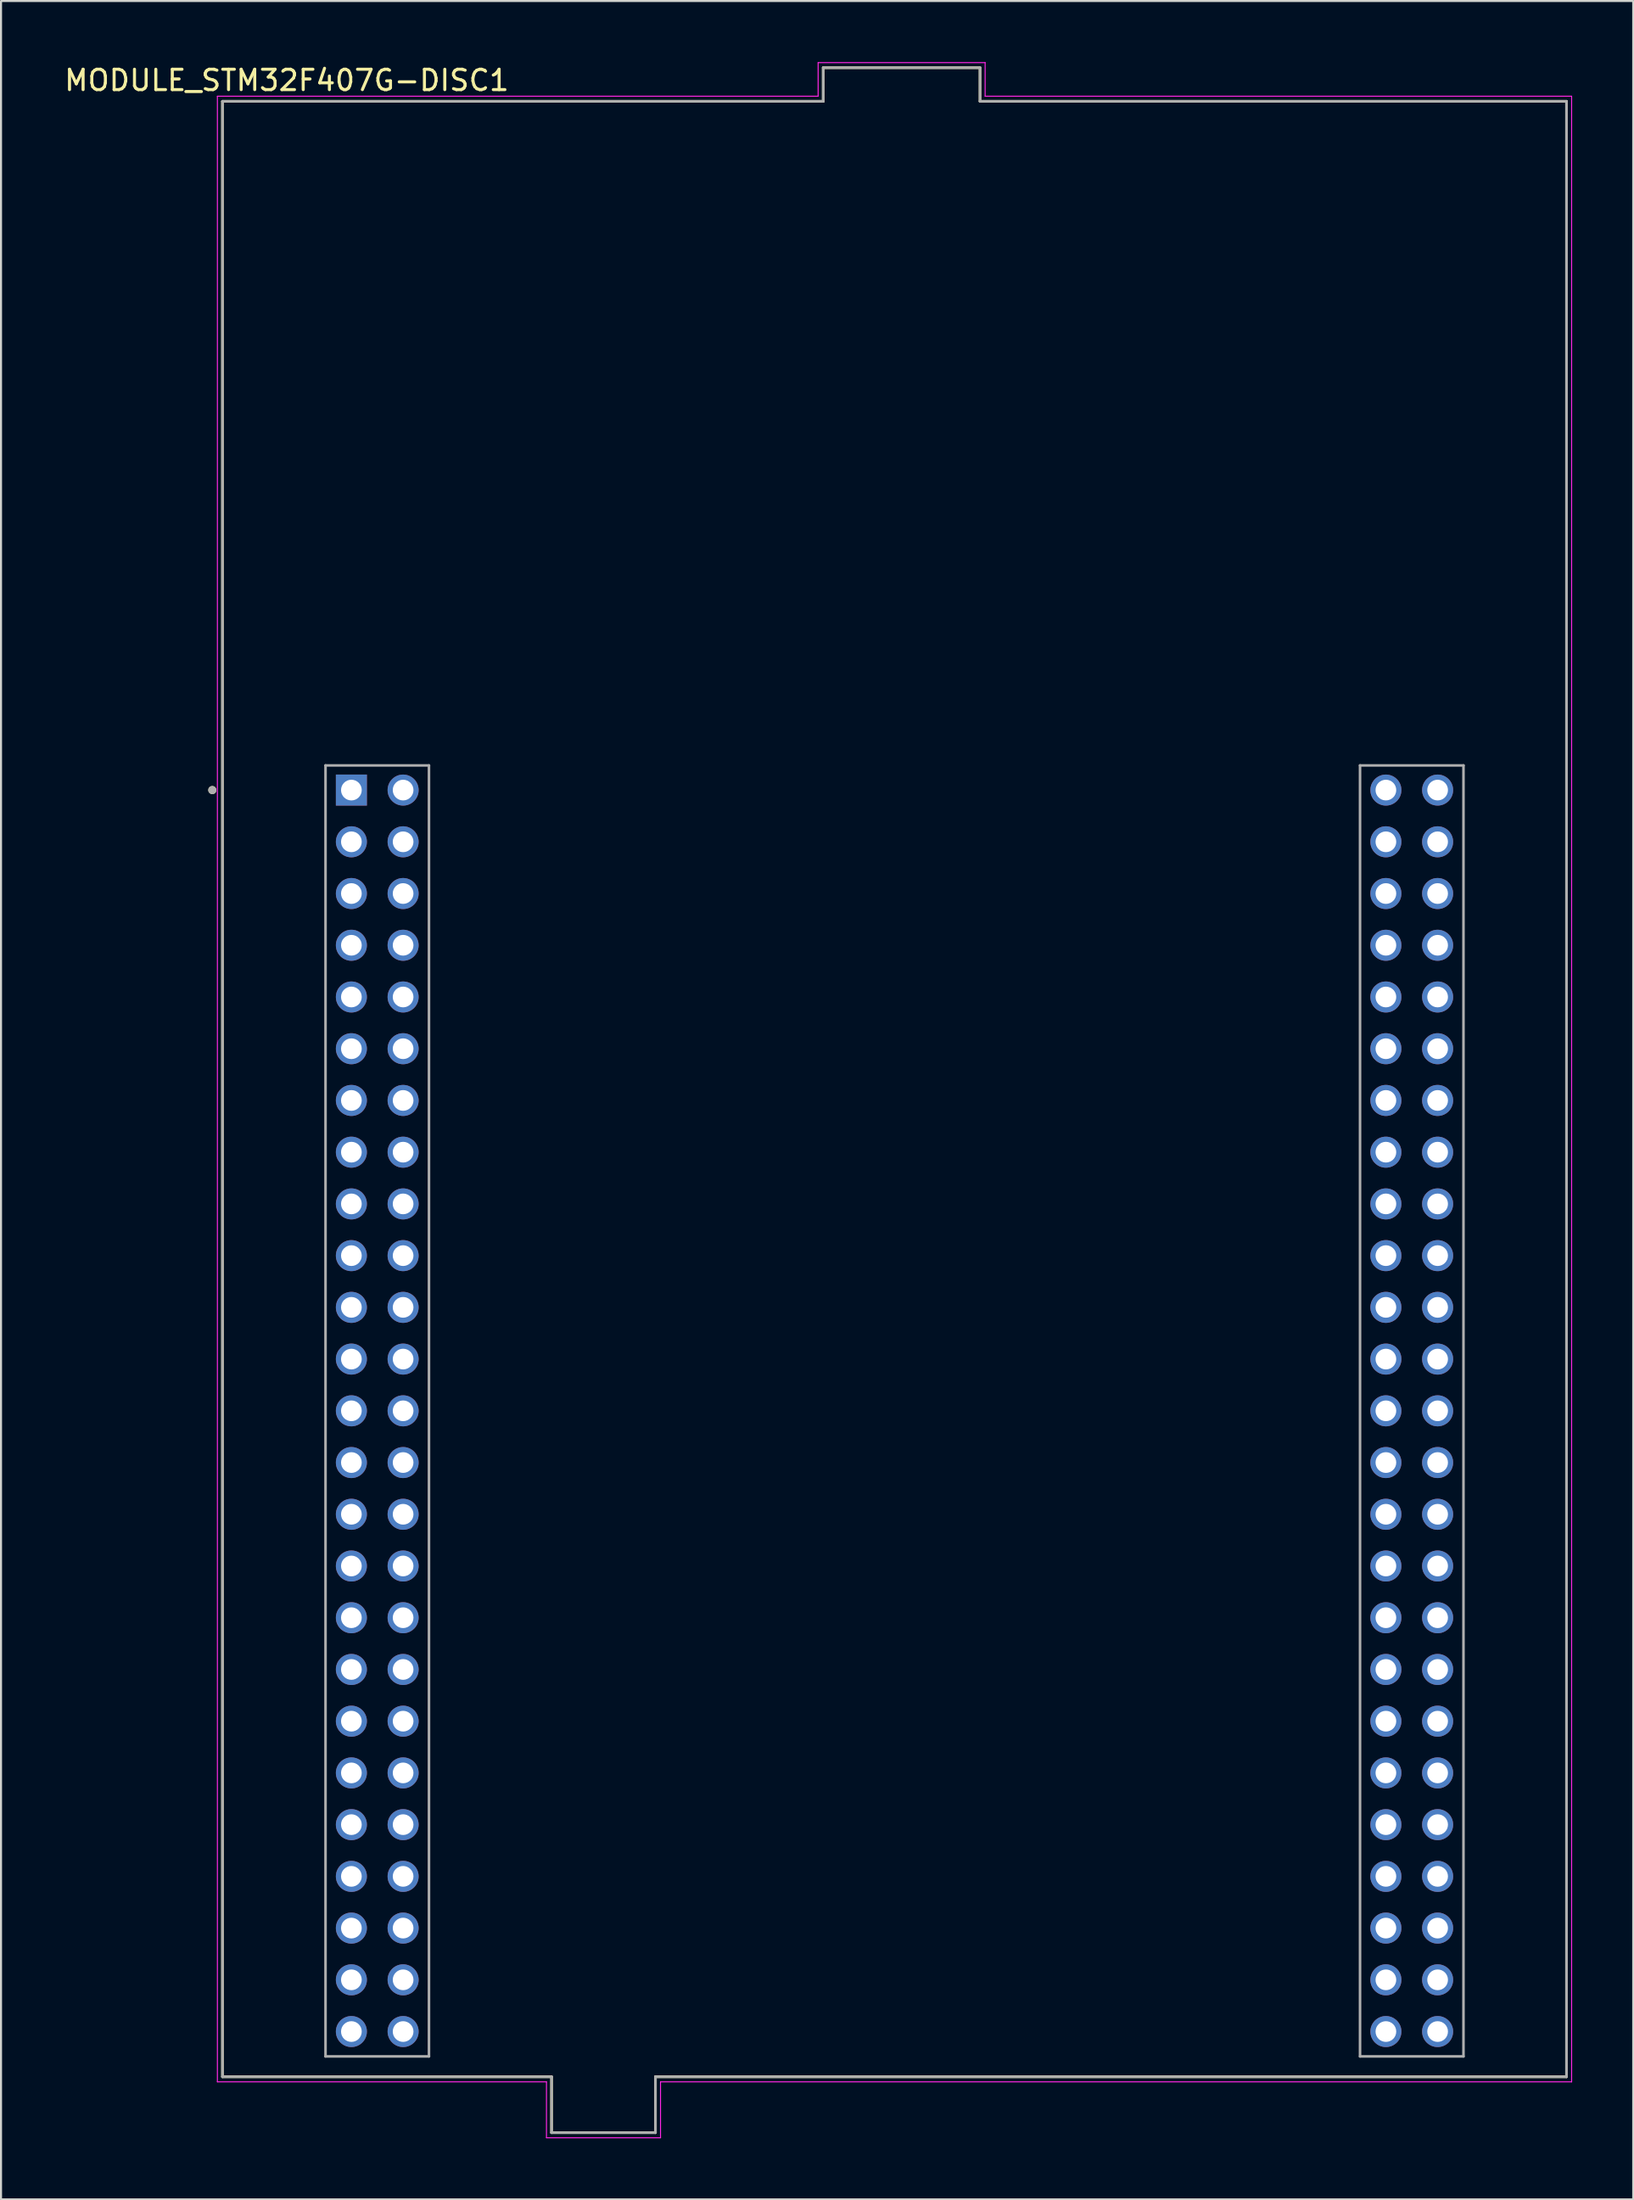
<source format=kicad_pcb>
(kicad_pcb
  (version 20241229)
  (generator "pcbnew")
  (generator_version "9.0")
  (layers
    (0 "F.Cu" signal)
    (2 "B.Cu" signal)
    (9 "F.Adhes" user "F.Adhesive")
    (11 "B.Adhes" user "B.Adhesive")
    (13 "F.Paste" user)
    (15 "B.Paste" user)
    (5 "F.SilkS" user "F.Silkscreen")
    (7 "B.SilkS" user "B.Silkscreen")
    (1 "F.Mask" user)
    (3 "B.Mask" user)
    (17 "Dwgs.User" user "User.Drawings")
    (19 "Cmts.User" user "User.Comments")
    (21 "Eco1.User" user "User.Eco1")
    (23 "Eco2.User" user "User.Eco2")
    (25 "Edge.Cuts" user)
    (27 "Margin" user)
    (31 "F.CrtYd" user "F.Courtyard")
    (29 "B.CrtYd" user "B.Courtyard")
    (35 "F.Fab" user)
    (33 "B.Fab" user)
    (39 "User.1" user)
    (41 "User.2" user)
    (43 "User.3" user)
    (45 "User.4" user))
  (footprint "MODULE_STM32F407G-DISC1"
    (layer "F.Cu")
    (at 40.875 50.425)
    (property "Reference" "MODULE_STM32F407G-DISC1" (at -29.845 -49.53 0) (layer "F.SilkS") (effects (font (size 1 1) (thickness 0.15))))
    (attr through_hole)
    (fp_line (start -33 -48.5) (end -3.5 -48.5) (stroke (width 0.127) (type solid)) (layer "F.SilkS"))
    (fp_line (start -33 48.5) (end -33 -48.5) (stroke (width 0.127) (type solid)) (layer "F.SilkS"))
    (fp_line (start -33 48.5) (end -16.84 48.5) (stroke (width 0.127) (type solid)) (layer "F.SilkS"))
    (fp_line (start -16.84 48.5) (end -16.84 51.245) (stroke (width 0.127) (type solid)) (layer "F.SilkS"))
    (fp_line (start -16.84 51.245) (end -11.74 51.245) (stroke (width 0.127) (type solid)) (layer "F.SilkS"))
    (fp_line (start -11.74 48.5) (end -11.74 51.245) (stroke (width 0.127) (type solid)) (layer "F.SilkS"))
    (fp_line (start -11.74 48.5) (end 33 48.5) (stroke (width 0.127) (type solid)) (layer "F.SilkS"))
    (fp_line (start -3.5 -50.15) (end 4.2 -50.15) (stroke (width 0.127) (type solid)) (layer "F.SilkS"))
    (fp_line (start -3.5 -48.5) (end -3.5 -50.15) (stroke (width 0.127) (type solid)) (layer "F.SilkS"))
    (fp_line (start 4.2 -48.5) (end 4.2 -50.15) (stroke (width 0.127) (type solid)) (layer "F.SilkS"))
    (fp_line (start 4.2 -48.5) (end 33 -48.5) (stroke (width 0.127) (type solid)) (layer "F.SilkS"))
    (fp_line (start 33 48.5) (end 33 -48.5) (stroke (width 0.127) (type solid)) (layer "F.SilkS"))
    (fp_circle (center -33.5 -14.68) (end -33.4 -14.68) (stroke (width 0.2) (type solid)) (fill no) (layer "F.SilkS"))
    (fp_line (start -33.25 -48.75) (end -33.25 48.75) (stroke (width 0.05) (type solid)) (layer "F.CrtYd"))
    (fp_line (start -33.25 48.75) (end -17.09 48.75) (stroke (width 0.05) (type solid)) (layer "F.CrtYd"))
    (fp_line (start -17.09 48.75) (end -17.09 51.495) (stroke (width 0.05) (type solid)) (layer "F.CrtYd"))
    (fp_line (start -17.09 51.495) (end -11.49 51.495) (stroke (width 0.05) (type solid)) (layer "F.CrtYd"))
    (fp_line (start -11.49 48.75) (end 33.25 48.75) (stroke (width 0.05) (type solid)) (layer "F.CrtYd"))
    (fp_line (start -11.49 51.495) (end -11.49 48.75) (stroke (width 0.05) (type solid)) (layer "F.CrtYd"))
    (fp_line (start -3.75 -50.4) (end -3.75 -48.75) (stroke (width 0.05) (type solid)) (layer "F.CrtYd"))
    (fp_line (start -3.75 -48.75) (end -33.25 -48.75) (stroke (width 0.05) (type solid)) (layer "F.CrtYd"))
    (fp_line (start 4.45 -50.4) (end -3.75 -50.4) (stroke (width 0.05) (type solid)) (layer "F.CrtYd"))
    (fp_line (start 4.45 -48.75) (end 4.45 -50.4) (stroke (width 0.05) (type solid)) (layer "F.CrtYd"))
    (fp_line (start 33.25 -48.75) (end 4.45 -48.75) (stroke (width 0.05) (type solid)) (layer "F.CrtYd"))
    (fp_line (start 33.25 48.75) (end 33.25 -48.75) (stroke (width 0.05) (type solid)) (layer "F.CrtYd"))
    (fp_line (start -33 -48.5) (end -3.5 -48.5) (stroke (width 0.127) (type solid)) (layer "F.Fab"))
    (fp_line (start -33 48.5) (end -33 -48.5) (stroke (width 0.127) (type solid)) (layer "F.Fab"))
    (fp_line (start -33 48.5) (end -16.84 48.5) (stroke (width 0.127) (type solid)) (layer "F.Fab"))
    (fp_line (start -27.94 -15.89) (end -22.86 -15.89) (stroke (width 0.127) (type solid)) (layer "F.Fab"))
    (fp_line (start -27.94 47.5) (end -27.94 -15.89) (stroke (width 0.127) (type solid)) (layer "F.Fab"))
    (fp_line (start -22.86 -15.89) (end -22.86 47.5) (stroke (width 0.127) (type solid)) (layer "F.Fab"))
    (fp_line (start -22.86 47.5) (end -27.94 47.5) (stroke (width 0.127) (type solid)) (layer "F.Fab"))
    (fp_line (start -16.84 48.5) (end -16.84 51.245) (stroke (width 0.127) (type solid)) (layer "F.Fab"))
    (fp_line (start -16.84 51.245) (end -11.74 51.245) (stroke (width 0.127) (type solid)) (layer "F.Fab"))
    (fp_line (start -11.74 48.5) (end -11.74 51.245) (stroke (width 0.127) (type solid)) (layer "F.Fab"))
    (fp_line (start -11.74 48.5) (end 33 48.5) (stroke (width 0.127) (type solid)) (layer "F.Fab"))
    (fp_line (start -3.5 -50.15) (end 4.2 -50.15) (stroke (width 0.127) (type solid)) (layer "F.Fab"))
    (fp_line (start -3.5 -48.5) (end -3.5 -50.15) (stroke (width 0.127) (type solid)) (layer "F.Fab"))
    (fp_line (start 4.2 -48.5) (end 4.2 -50.15) (stroke (width 0.127) (type solid)) (layer "F.Fab"))
    (fp_line (start 4.2 -48.5) (end 33 -48.5) (stroke (width 0.127) (type solid)) (layer "F.Fab"))
    (fp_line (start 22.86 -15.89) (end 22.86 47.5) (stroke (width 0.127) (type solid)) (layer "F.Fab"))
    (fp_line (start 22.86 47.5) (end 27.94 47.5) (stroke (width 0.127) (type solid)) (layer "F.Fab"))
    (fp_line (start 27.94 -15.89) (end 22.86 -15.89) (stroke (width 0.127) (type solid)) (layer "F.Fab"))
    (fp_line (start 27.94 47.5) (end 27.94 -15.89) (stroke (width 0.127) (type solid)) (layer "F.Fab"))
    (fp_line (start 33 48.5) (end 33 -48.5) (stroke (width 0.127) (type solid)) (layer "F.Fab"))
    (fp_circle (center -33.5 -14.68) (end -33.4 -14.68) (stroke (width 0.2) (type solid)) (fill no) (layer "F.Fab"))
    (pad "P1_1" thru_hole rect (at -26.67 -14.68) (size 1.524 1.524) (drill 1.016) (layers "*.Cu" "*.Mask"))
    (pad "P1_2" thru_hole circle (at -24.13 -14.68) (size 1.524 1.524) (drill 1.016) (layers "*.Cu" "*.Mask"))
    (pad "P1_3" thru_hole circle (at -26.67 -12.14) (size 1.524 1.524) (drill 1.016) (layers "*.Cu" "*.Mask"))
    (pad "P1_4" thru_hole circle (at -24.13 -12.14) (size 1.524 1.524) (drill 1.016) (layers "*.Cu" "*.Mask"))
    (pad "P1_5" thru_hole circle (at -26.67 -9.6) (size 1.524 1.524) (drill 1.016) (layers "*.Cu" "*.Mask"))
    (pad "P1_6" thru_hole circle (at -24.13 -9.6) (size 1.524 1.524) (drill 1.016) (layers "*.Cu" "*.Mask"))
    (pad "P1_7" thru_hole circle (at -26.67 -7.06) (size 1.524 1.524) (drill 1.016) (layers "*.Cu" "*.Mask"))
    (pad "P1_8" thru_hole circle (at -24.13 -7.06) (size 1.524 1.524) (drill 1.016) (layers "*.Cu" "*.Mask"))
    (pad "P1_9" thru_hole circle (at -26.67 -4.52) (size 1.524 1.524) (drill 1.016) (layers "*.Cu" "*.Mask"))
    (pad "P1_10" thru_hole circle (at -24.13 -4.52) (size 1.524 1.524) (drill 1.016) (layers "*.Cu" "*.Mask"))
    (pad "P1_11" thru_hole circle (at -26.67 -1.98) (size 1.524 1.524) (drill 1.016) (layers "*.Cu" "*.Mask"))
    (pad "P1_12" thru_hole circle (at -24.13 -1.98) (size 1.524 1.524) (drill 1.016) (layers "*.Cu" "*.Mask"))
    (pad "P1_13" thru_hole circle (at -26.67 0.56) (size 1.524 1.524) (drill 1.016) (layers "*.Cu" "*.Mask"))
    (pad "P1_14" thru_hole circle (at -24.13 0.56) (size 1.524 1.524) (drill 1.016) (layers "*.Cu" "*.Mask"))
    (pad "P1_15" thru_hole circle (at -26.67 3.1) (size 1.524 1.524) (drill 1.016) (layers "*.Cu" "*.Mask"))
    (pad "P1_16" thru_hole circle (at -24.13 3.1) (size 1.524 1.524) (drill 1.016) (layers "*.Cu" "*.Mask"))
    (pad "P1_17" thru_hole circle (at -26.67 5.64) (size 1.524 1.524) (drill 1.016) (layers "*.Cu" "*.Mask"))
    (pad "P1_18" thru_hole circle (at -24.13 5.64) (size 1.524 1.524) (drill 1.016) (layers "*.Cu" "*.Mask"))
    (pad "P1_19" thru_hole circle (at -26.67 8.18) (size 1.524 1.524) (drill 1.016) (layers "*.Cu" "*.Mask"))
    (pad "P1_20" thru_hole circle (at -24.13 8.18) (size 1.524 1.524) (drill 1.016) (layers "*.Cu" "*.Mask"))
    (pad "P1_21" thru_hole circle (at -26.67 10.72) (size 1.524 1.524) (drill 1.016) (layers "*.Cu" "*.Mask"))
    (pad "P1_22" thru_hole circle (at -24.13 10.72) (size 1.524 1.524) (drill 1.016) (layers "*.Cu" "*.Mask"))
    (pad "P1_23" thru_hole circle (at -26.67 13.26) (size 1.524 1.524) (drill 1.016) (layers "*.Cu" "*.Mask"))
    (pad "P1_24" thru_hole circle (at -24.13 13.26) (size 1.524 1.524) (drill 1.016) (layers "*.Cu" "*.Mask"))
    (pad "P1_25" thru_hole circle (at -26.67 15.8) (size 1.524 1.524) (drill 1.016) (layers "*.Cu" "*.Mask"))
    (pad "P1_26" thru_hole circle (at -24.13 15.8) (size 1.524 1.524) (drill 1.016) (layers "*.Cu" "*.Mask"))
    (pad "P1_27" thru_hole circle (at -26.67 18.34) (size 1.524 1.524) (drill 1.016) (layers "*.Cu" "*.Mask"))
    (pad "P1_28" thru_hole circle (at -24.13 18.34) (size 1.524 1.524) (drill 1.016) (layers "*.Cu" "*.Mask"))
    (pad "P1_29" thru_hole circle (at -26.67 20.88) (size 1.524 1.524) (drill 1.016) (layers "*.Cu" "*.Mask"))
    (pad "P1_30" thru_hole circle (at -24.13 20.88) (size 1.524 1.524) (drill 1.016) (layers "*.Cu" "*.Mask"))
    (pad "P1_31" thru_hole circle (at -26.67 23.42) (size 1.524 1.524) (drill 1.016) (layers "*.Cu" "*.Mask"))
    (pad "P1_32" thru_hole circle (at -24.13 23.42) (size 1.524 1.524) (drill 1.016) (layers "*.Cu" "*.Mask"))
    (pad "P1_33" thru_hole circle (at -26.67 25.96) (size 1.524 1.524) (drill 1.016) (layers "*.Cu" "*.Mask"))
    (pad "P1_34" thru_hole circle (at -24.13 25.96) (size 1.524 1.524) (drill 1.016) (layers "*.Cu" "*.Mask"))
    (pad "P1_35" thru_hole circle (at -26.67 28.5) (size 1.524 1.524) (drill 1.016) (layers "*.Cu" "*.Mask"))
    (pad "P1_36" thru_hole circle (at -24.13 28.5) (size 1.524 1.524) (drill 1.016) (layers "*.Cu" "*.Mask"))
    (pad "P1_37" thru_hole circle (at -26.67 31.04) (size 1.524 1.524) (drill 1.016) (layers "*.Cu" "*.Mask"))
    (pad "P1_38" thru_hole circle (at -24.13 31.04) (size 1.524 1.524) (drill 1.016) (layers "*.Cu" "*.Mask"))
    (pad "P1_39" thru_hole circle (at -26.67 33.58) (size 1.524 1.524) (drill 1.016) (layers "*.Cu" "*.Mask"))
    (pad "P1_40" thru_hole circle (at -24.13 33.58) (size 1.524 1.524) (drill 1.016) (layers "*.Cu" "*.Mask"))
    (pad "P1_41" thru_hole circle (at -26.67 36.12) (size 1.524 1.524) (drill 1.016) (layers "*.Cu" "*.Mask"))
    (pad "P1_42" thru_hole circle (at -24.13 36.12) (size 1.524 1.524) (drill 1.016) (layers "*.Cu" "*.Mask"))
    (pad "P1_43" thru_hole circle (at -26.67 38.66) (size 1.524 1.524) (drill 1.016) (layers "*.Cu" "*.Mask"))
    (pad "P1_44" thru_hole circle (at -24.13 38.66) (size 1.524 1.524) (drill 1.016) (layers "*.Cu" "*.Mask"))
    (pad "P1_45" thru_hole circle (at -26.67 41.2) (size 1.524 1.524) (drill 1.016) (layers "*.Cu" "*.Mask"))
    (pad "P1_46" thru_hole circle (at -24.13 41.2) (size 1.524 1.524) (drill 1.016) (layers "*.Cu" "*.Mask"))
    (pad "P1_47" thru_hole circle (at -26.67 43.74) (size 1.524 1.524) (drill 1.016) (layers "*.Cu" "*.Mask"))
    (pad "P1_48" thru_hole circle (at -24.13 43.74) (size 1.524 1.524) (drill 1.016) (layers "*.Cu" "*.Mask"))
    (pad "P1_49" thru_hole circle (at -26.67 46.28) (size 1.524 1.524) (drill 1.016) (layers "*.Cu" "*.Mask"))
    (pad "P1_50" thru_hole circle (at -24.13 46.28) (size 1.524 1.524) (drill 1.016) (layers "*.Cu" "*.Mask"))
    (pad "P2_1" thru_hole circle (at 24.13 -14.68) (size 1.524 1.524) (drill 1.016) (layers "*.Cu" "*.Mask"))
    (pad "P2_2" thru_hole circle (at 26.67 -14.68) (size 1.524 1.524) (drill 1.016) (layers "*.Cu" "*.Mask"))
    (pad "P2_3" thru_hole circle (at 24.13 -12.14) (size 1.524 1.524) (drill 1.016) (layers "*.Cu" "*.Mask"))
    (pad "P2_4" thru_hole circle (at 26.67 -12.14) (size 1.524 1.524) (drill 1.016) (layers "*.Cu" "*.Mask"))
    (pad "P2_5" thru_hole circle (at 24.13 -9.6) (size 1.524 1.524) (drill 1.016) (layers "*.Cu" "*.Mask"))
    (pad "P2_6" thru_hole circle (at 26.67 -9.6) (size 1.524 1.524) (drill 1.016) (layers "*.Cu" "*.Mask"))
    (pad "P2_7" thru_hole circle (at 24.13 -7.06) (size 1.524 1.524) (drill 1.016) (layers "*.Cu" "*.Mask"))
    (pad "P2_8" thru_hole circle (at 26.67 -7.06) (size 1.524 1.524) (drill 1.016) (layers "*.Cu" "*.Mask"))
    (pad "P2_9" thru_hole circle (at 24.13 -4.52) (size 1.524 1.524) (drill 1.016) (layers "*.Cu" "*.Mask"))
    (pad "P2_10" thru_hole circle (at 26.67 -4.52) (size 1.524 1.524) (drill 1.016) (layers "*.Cu" "*.Mask"))
    (pad "P2_11" thru_hole circle (at 24.13 -1.98) (size 1.524 1.524) (drill 1.016) (layers "*.Cu" "*.Mask"))
    (pad "P2_12" thru_hole circle (at 26.67 -1.98) (size 1.524 1.524) (drill 1.016) (layers "*.Cu" "*.Mask"))
    (pad "P2_13" thru_hole circle (at 24.13 0.56) (size 1.524 1.524) (drill 1.016) (layers "*.Cu" "*.Mask"))
    (pad "P2_14" thru_hole circle (at 26.67 0.56) (size 1.524 1.524) (drill 1.016) (layers "*.Cu" "*.Mask"))
    (pad "P2_15" thru_hole circle (at 24.13 3.1) (size 1.524 1.524) (drill 1.016) (layers "*.Cu" "*.Mask"))
    (pad "P2_16" thru_hole circle (at 26.67 3.1) (size 1.524 1.524) (drill 1.016) (layers "*.Cu" "*.Mask"))
    (pad "P2_17" thru_hole circle (at 24.13 5.64) (size 1.524 1.524) (drill 1.016) (layers "*.Cu" "*.Mask"))
    (pad "P2_18" thru_hole circle (at 26.67 5.64) (size 1.524 1.524) (drill 1.016) (layers "*.Cu" "*.Mask"))
    (pad "P2_19" thru_hole circle (at 24.13 8.18) (size 1.524 1.524) (drill 1.016) (layers "*.Cu" "*.Mask"))
    (pad "P2_20" thru_hole circle (at 26.67 8.18) (size 1.524 1.524) (drill 1.016) (layers "*.Cu" "*.Mask"))
    (pad "P2_21" thru_hole circle (at 24.13 10.72) (size 1.524 1.524) (drill 1.016) (layers "*.Cu" "*.Mask"))
    (pad "P2_22" thru_hole circle (at 26.67 10.72) (size 1.524 1.524) (drill 1.016) (layers "*.Cu" "*.Mask"))
    (pad "P2_23" thru_hole circle (at 24.13 13.26) (size 1.524 1.524) (drill 1.016) (layers "*.Cu" "*.Mask"))
    (pad "P2_24" thru_hole circle (at 26.67 13.26) (size 1.524 1.524) (drill 1.016) (layers "*.Cu" "*.Mask"))
    (pad "P2_25" thru_hole circle (at 24.13 15.8) (size 1.524 1.524) (drill 1.016) (layers "*.Cu" "*.Mask"))
    (pad "P2_26" thru_hole circle (at 26.67 15.8) (size 1.524 1.524) (drill 1.016) (layers "*.Cu" "*.Mask"))
    (pad "P2_27" thru_hole circle (at 24.13 18.34) (size 1.524 1.524) (drill 1.016) (layers "*.Cu" "*.Mask"))
    (pad "P2_28" thru_hole circle (at 26.67 18.34) (size 1.524 1.524) (drill 1.016) (layers "*.Cu" "*.Mask"))
    (pad "P2_29" thru_hole circle (at 24.13 20.88) (size 1.524 1.524) (drill 1.016) (layers "*.Cu" "*.Mask"))
    (pad "P2_30" thru_hole circle (at 26.67 20.88) (size 1.524 1.524) (drill 1.016) (layers "*.Cu" "*.Mask"))
    (pad "P2_31" thru_hole circle (at 24.13 23.42) (size 1.524 1.524) (drill 1.016) (layers "*.Cu" "*.Mask"))
    (pad "P2_32" thru_hole circle (at 26.67 23.42) (size 1.524 1.524) (drill 1.016) (layers "*.Cu" "*.Mask"))
    (pad "P2_33" thru_hole circle (at 24.13 25.96) (size 1.524 1.524) (drill 1.016) (layers "*.Cu" "*.Mask"))
    (pad "P2_34" thru_hole circle (at 26.67 25.96) (size 1.524 1.524) (drill 1.016) (layers "*.Cu" "*.Mask"))
    (pad "P2_35" thru_hole circle (at 24.13 28.5) (size 1.524 1.524) (drill 1.016) (layers "*.Cu" "*.Mask"))
    (pad "P2_36" thru_hole circle (at 26.67 28.5) (size 1.524 1.524) (drill 1.016) (layers "*.Cu" "*.Mask"))
    (pad "P2_37" thru_hole circle (at 24.13 31.04) (size 1.524 1.524) (drill 1.016) (layers "*.Cu" "*.Mask"))
    (pad "P2_38" thru_hole circle (at 26.67 31.04) (size 1.524 1.524) (drill 1.016) (layers "*.Cu" "*.Mask"))
    (pad "P2_39" thru_hole circle (at 24.13 33.58) (size 1.524 1.524) (drill 1.016) (layers "*.Cu" "*.Mask"))
    (pad "P2_40" thru_hole circle (at 26.67 33.58) (size 1.524 1.524) (drill 1.016) (layers "*.Cu" "*.Mask"))
    (pad "P2_41" thru_hole circle (at 24.13 36.12) (size 1.524 1.524) (drill 1.016) (layers "*.Cu" "*.Mask"))
    (pad "P2_42" thru_hole circle (at 26.67 36.12) (size 1.524 1.524) (drill 1.016) (layers "*.Cu" "*.Mask"))
    (pad "P2_43" thru_hole circle (at 24.13 38.66) (size 1.524 1.524) (drill 1.016) (layers "*.Cu" "*.Mask"))
    (pad "P2_44" thru_hole circle (at 26.67 38.66) (size 1.524 1.524) (drill 1.016) (layers "*.Cu" "*.Mask"))
    (pad "P2_45" thru_hole circle (at 24.13 41.2) (size 1.524 1.524) (drill 1.016) (layers "*.Cu" "*.Mask"))
    (pad "P2_46" thru_hole circle (at 26.67 41.2) (size 1.524 1.524) (drill 1.016) (layers "*.Cu" "*.Mask"))
    (pad "P2_47" thru_hole circle (at 24.13 43.74) (size 1.524 1.524) (drill 1.016) (layers "*.Cu" "*.Mask"))
    (pad "P2_48" thru_hole circle (at 26.67 43.74) (size 1.524 1.524) (drill 1.016) (layers "*.Cu" "*.Mask"))
    (pad "P2_49" thru_hole circle (at 24.13 46.28) (size 1.524 1.524) (drill 1.016) (layers "*.Cu" "*.Mask"))
    (pad "P2_50" thru_hole circle (at 26.67 46.28) (size 1.524 1.524) (drill 1.016) (layers "*.Cu" "*.Mask")))
  (gr_rect
    (start -3 -3)
    (end 77.15 104.945)
    (stroke (width 0.1) (type default))
    (fill no)
    (layer "Edge.Cuts")))
</source>
